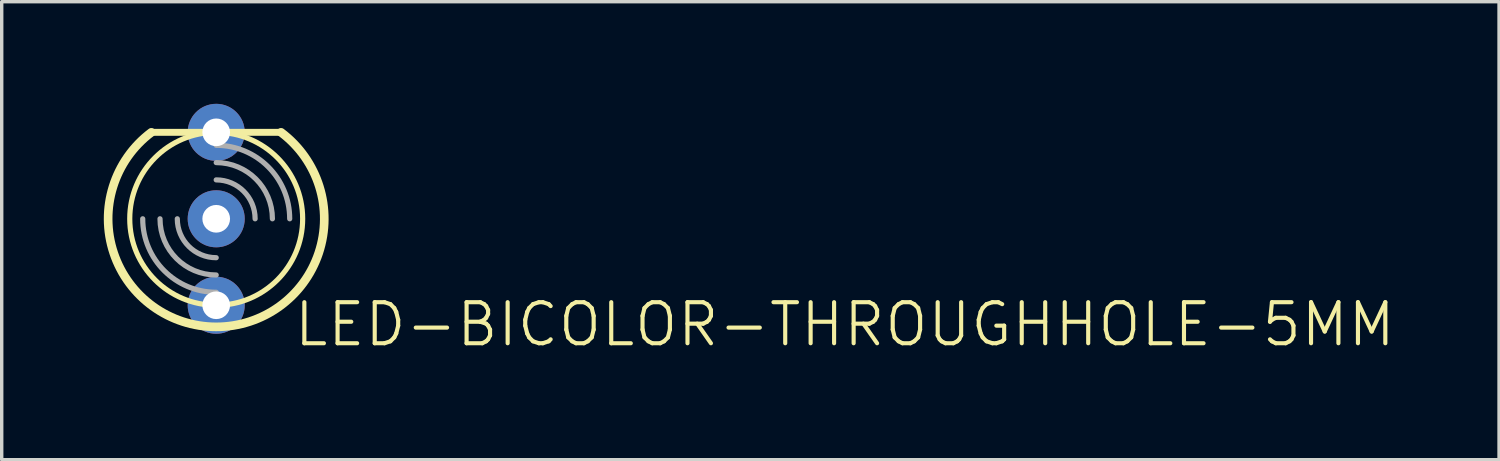
<source format=kicad_pcb>
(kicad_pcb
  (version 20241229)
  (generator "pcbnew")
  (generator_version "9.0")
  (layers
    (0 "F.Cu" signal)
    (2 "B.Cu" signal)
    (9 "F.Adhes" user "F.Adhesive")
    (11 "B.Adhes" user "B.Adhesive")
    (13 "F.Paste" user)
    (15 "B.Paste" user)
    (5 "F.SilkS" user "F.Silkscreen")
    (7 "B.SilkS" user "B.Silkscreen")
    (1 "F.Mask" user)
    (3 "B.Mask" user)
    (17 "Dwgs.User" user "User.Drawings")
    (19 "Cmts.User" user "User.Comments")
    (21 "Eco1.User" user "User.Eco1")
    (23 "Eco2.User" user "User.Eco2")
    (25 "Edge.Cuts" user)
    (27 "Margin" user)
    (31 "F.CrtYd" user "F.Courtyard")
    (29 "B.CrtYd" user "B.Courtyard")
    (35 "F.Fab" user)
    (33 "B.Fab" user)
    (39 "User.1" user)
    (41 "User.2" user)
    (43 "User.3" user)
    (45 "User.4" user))
  (footprint "LED-BICOLOR-THROUGHHOLE-5MM"
    (layer "F.Cu")
    (at 3.302 3.378)
    (property "Reference" "LED-BICOLOR-THROUGHHOLE-5MM" (at 2.223 3.81 180) (layer "F.SilkS") (effects (font (size 1.206 1.206) (thickness 0.121)) (justify left bottom)))
    (attr through_hole)
    (fp_line (start 1.905 -2.54) (end -1.905 -2.54) (stroke (width 0.203) (type solid)) (layer "F.SilkS"))
    (fp_arc (start 1.905 -2.54) (mid 0 3.175) (end -1.905 -2.54) (stroke (width 0.254) (type solid)) (layer "F.SilkS"))
    (fp_circle (center 0 0) (end 2.54 0) (stroke (width 0.152) (type solid)) (fill no) (layer "F.SilkS"))
    (fp_arc (start 0 -2.159) (mid 1.526644 -1.526644) (end 2.159 0) (stroke (width 0.1524) (type solid)) (layer "F.Fab"))
    (fp_arc (start 0 -1.651) (mid 1.167433 -1.167433) (end 1.651 0) (stroke (width 0.1524) (type solid)) (layer "F.Fab"))
    (fp_arc (start 0 -1.143) (mid 0.808223 -0.808223) (end 1.143 0) (stroke (width 0.1524) (type solid)) (layer "F.Fab"))
    (fp_arc (start 0 1.143) (mid -0.808223 0.808223) (end -1.143 0) (stroke (width 0.1524) (type solid)) (layer "F.Fab"))
    (fp_arc (start 0 1.651) (mid -1.167433 1.167433) (end -1.651 0) (stroke (width 0.1524) (type solid)) (layer "F.Fab"))
    (fp_arc (start 0 2.159) (mid -1.526644 1.526644) (end -2.159 0) (stroke (width 0.1524) (type solid)) (layer "F.Fab"))
    (pad "1" thru_hole circle (at 0 -2.54) (size 1.676 1.676) (drill 0.813) (layers "*.Cu" "*.Mask"))
    (pad "2" thru_hole circle (at 0 0) (size 1.676 1.676) (drill 0.813) (layers "*.Cu" "*.Mask"))
    (pad "3" thru_hole circle (at 0 2.54) (size 1.676 1.676) (drill 0.813) (layers "*.Cu" "*.Mask")))
  (gr_rect
    (start -3 -3)
    (end 40.991 10.455)
    (stroke (width 0.1) (type default))
    (fill no)
    (layer "Edge.Cuts")))
</source>
